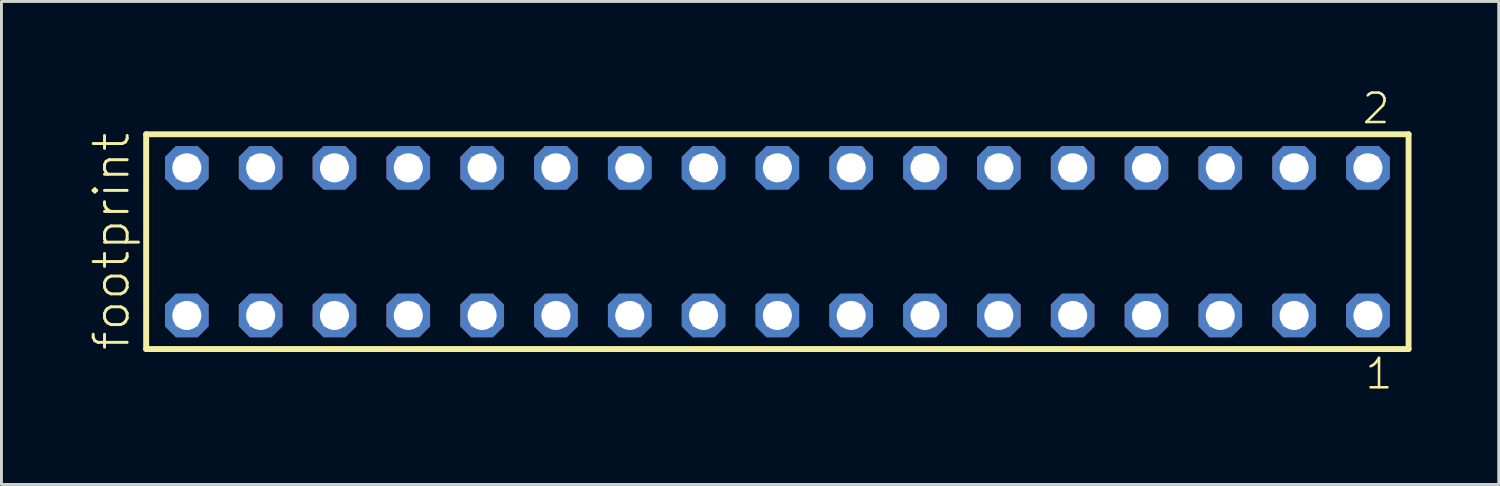
<source format=kicad_pcb>
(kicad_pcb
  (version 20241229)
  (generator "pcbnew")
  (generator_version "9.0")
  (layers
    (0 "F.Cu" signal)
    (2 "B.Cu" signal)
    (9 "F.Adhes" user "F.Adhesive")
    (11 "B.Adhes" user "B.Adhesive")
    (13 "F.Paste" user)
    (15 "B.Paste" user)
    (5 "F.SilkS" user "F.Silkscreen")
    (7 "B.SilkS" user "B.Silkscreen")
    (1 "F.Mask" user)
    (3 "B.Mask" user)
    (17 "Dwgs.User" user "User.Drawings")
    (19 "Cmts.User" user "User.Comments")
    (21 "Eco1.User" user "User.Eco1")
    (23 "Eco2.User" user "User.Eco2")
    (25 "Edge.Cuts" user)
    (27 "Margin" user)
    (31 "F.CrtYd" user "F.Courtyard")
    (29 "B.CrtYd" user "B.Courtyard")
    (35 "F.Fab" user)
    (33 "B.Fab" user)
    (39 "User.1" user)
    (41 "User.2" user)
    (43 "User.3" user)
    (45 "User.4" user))
  (footprint "footprint"
    (layer "F.Cu")
    (at 23.698 5.265)
    (property "Reference" "footprint" (at -22.225 3.81 90) (layer "F.SilkS") (effects (font (size 1.168 1.168) (thickness 0.102)) (justify left bottom)))
    (fp_line (start -21.719 -3.695) (end 21.719 -3.695) (stroke (width 0.203) (type solid)) (layer "F.SilkS"))
    (fp_line (start -21.719 3.695) (end -21.719 -3.695) (stroke (width 0.203) (type solid)) (layer "F.SilkS"))
    (fp_line (start 21.719 -3.695) (end 21.719 3.695) (stroke (width 0.203) (type solid)) (layer "F.SilkS"))
    (fp_line (start 21.719 3.695) (end -21.719 3.695) (stroke (width 0.203) (type solid)) (layer "F.SilkS"))
    (fp_poly (pts (xy -20.67 -2.19) (xy -19.97 -2.19) (xy -19.97 -2.89) (xy -20.67 -2.89)) (stroke (width 0.1) (type solid)) (fill no) (layer "F.Fab"))
    (fp_poly (pts (xy -20.67 2.89) (xy -19.97 2.89) (xy -19.97 2.19) (xy -20.67 2.19)) (stroke (width 0.1) (type solid)) (fill no) (layer "F.Fab"))
    (fp_poly (pts (xy -18.13 -2.19) (xy -17.43 -2.19) (xy -17.43 -2.89) (xy -18.13 -2.89)) (stroke (width 0.1) (type solid)) (fill no) (layer "F.Fab"))
    (fp_poly (pts (xy -18.13 2.89) (xy -17.43 2.89) (xy -17.43 2.19) (xy -18.13 2.19)) (stroke (width 0.1) (type solid)) (fill no) (layer "F.Fab"))
    (fp_poly (pts (xy -15.59 -2.19) (xy -14.89 -2.19) (xy -14.89 -2.89) (xy -15.59 -2.89)) (stroke (width 0.1) (type solid)) (fill no) (layer "F.Fab"))
    (fp_poly (pts (xy -15.59 2.89) (xy -14.89 2.89) (xy -14.89 2.19) (xy -15.59 2.19)) (stroke (width 0.1) (type solid)) (fill no) (layer "F.Fab"))
    (fp_poly (pts (xy -13.05 -2.19) (xy -12.35 -2.19) (xy -12.35 -2.89) (xy -13.05 -2.89)) (stroke (width 0.1) (type solid)) (fill no) (layer "F.Fab"))
    (fp_poly (pts (xy -13.05 2.89) (xy -12.35 2.89) (xy -12.35 2.19) (xy -13.05 2.19)) (stroke (width 0.1) (type solid)) (fill no) (layer "F.Fab"))
    (fp_poly (pts (xy -10.51 -2.19) (xy -9.81 -2.19) (xy -9.81 -2.89) (xy -10.51 -2.89)) (stroke (width 0.1) (type solid)) (fill no) (layer "F.Fab"))
    (fp_poly (pts (xy -10.51 2.89) (xy -9.81 2.89) (xy -9.81 2.19) (xy -10.51 2.19)) (stroke (width 0.1) (type solid)) (fill no) (layer "F.Fab"))
    (fp_poly (pts (xy -7.97 -2.19) (xy -7.27 -2.19) (xy -7.27 -2.89) (xy -7.97 -2.89)) (stroke (width 0.1) (type solid)) (fill no) (layer "F.Fab"))
    (fp_poly (pts (xy -7.97 2.89) (xy -7.27 2.89) (xy -7.27 2.19) (xy -7.97 2.19)) (stroke (width 0.1) (type solid)) (fill no) (layer "F.Fab"))
    (fp_poly (pts (xy -5.43 -2.19) (xy -4.73 -2.19) (xy -4.73 -2.89) (xy -5.43 -2.89)) (stroke (width 0.1) (type solid)) (fill no) (layer "F.Fab"))
    (fp_poly (pts (xy -5.43 2.89) (xy -4.73 2.89) (xy -4.73 2.19) (xy -5.43 2.19)) (stroke (width 0.1) (type solid)) (fill no) (layer "F.Fab"))
    (fp_poly (pts (xy -2.89 -2.19) (xy -2.19 -2.19) (xy -2.19 -2.89) (xy -2.89 -2.89)) (stroke (width 0.1) (type solid)) (fill no) (layer "F.Fab"))
    (fp_poly (pts (xy -2.89 2.89) (xy -2.19 2.89) (xy -2.19 2.19) (xy -2.89 2.19)) (stroke (width 0.1) (type solid)) (fill no) (layer "F.Fab"))
    (fp_poly (pts (xy -0.35 -2.19) (xy 0.35 -2.19) (xy 0.35 -2.89) (xy -0.35 -2.89)) (stroke (width 0.1) (type solid)) (fill no) (layer "F.Fab"))
    (fp_poly (pts (xy -0.35 2.89) (xy 0.35 2.89) (xy 0.35 2.19) (xy -0.35 2.19)) (stroke (width 0.1) (type solid)) (fill no) (layer "F.Fab"))
    (fp_poly (pts (xy 2.19 -2.19) (xy 2.89 -2.19) (xy 2.89 -2.89) (xy 2.19 -2.89)) (stroke (width 0.1) (type solid)) (fill no) (layer "F.Fab"))
    (fp_poly (pts (xy 2.19 2.89) (xy 2.89 2.89) (xy 2.89 2.19) (xy 2.19 2.19)) (stroke (width 0.1) (type solid)) (fill no) (layer "F.Fab"))
    (fp_poly (pts (xy 4.73 -2.19) (xy 5.43 -2.19) (xy 5.43 -2.89) (xy 4.73 -2.89)) (stroke (width 0.1) (type solid)) (fill no) (layer "F.Fab"))
    (fp_poly (pts (xy 4.73 2.89) (xy 5.43 2.89) (xy 5.43 2.19) (xy 4.73 2.19)) (stroke (width 0.1) (type solid)) (fill no) (layer "F.Fab"))
    (fp_poly (pts (xy 7.27 -2.19) (xy 7.97 -2.19) (xy 7.97 -2.89) (xy 7.27 -2.89)) (stroke (width 0.1) (type solid)) (fill no) (layer "F.Fab"))
    (fp_poly (pts (xy 7.27 2.89) (xy 7.97 2.89) (xy 7.97 2.19) (xy 7.27 2.19)) (stroke (width 0.1) (type solid)) (fill no) (layer "F.Fab"))
    (fp_poly (pts (xy 9.81 -2.19) (xy 10.51 -2.19) (xy 10.51 -2.89) (xy 9.81 -2.89)) (stroke (width 0.1) (type solid)) (fill no) (layer "F.Fab"))
    (fp_poly (pts (xy 9.81 2.89) (xy 10.51 2.89) (xy 10.51 2.19) (xy 9.81 2.19)) (stroke (width 0.1) (type solid)) (fill no) (layer "F.Fab"))
    (fp_poly (pts (xy 12.35 -2.19) (xy 13.05 -2.19) (xy 13.05 -2.89) (xy 12.35 -2.89)) (stroke (width 0.1) (type solid)) (fill no) (layer "F.Fab"))
    (fp_poly (pts (xy 12.35 2.89) (xy 13.05 2.89) (xy 13.05 2.19) (xy 12.35 2.19)) (stroke (width 0.1) (type solid)) (fill no) (layer "F.Fab"))
    (fp_poly (pts (xy 14.89 -2.19) (xy 15.59 -2.19) (xy 15.59 -2.89) (xy 14.89 -2.89)) (stroke (width 0.1) (type solid)) (fill no) (layer "F.Fab"))
    (fp_poly (pts (xy 14.89 2.89) (xy 15.59 2.89) (xy 15.59 2.19) (xy 14.89 2.19)) (stroke (width 0.1) (type solid)) (fill no) (layer "F.Fab"))
    (fp_poly (pts (xy 17.43 -2.19) (xy 18.13 -2.19) (xy 18.13 -2.89) (xy 17.43 -2.89)) (stroke (width 0.1) (type solid)) (fill no) (layer "F.Fab"))
    (fp_poly (pts (xy 17.43 2.89) (xy 18.13 2.89) (xy 18.13 2.19) (xy 17.43 2.19)) (stroke (width 0.1) (type solid)) (fill no) (layer "F.Fab"))
    (fp_poly (pts (xy 19.97 -2.19) (xy 20.67 -2.19) (xy 20.67 -2.89) (xy 19.97 -2.89)) (stroke (width 0.1) (type solid)) (fill no) (layer "F.Fab"))
    (fp_poly (pts (xy 19.97 2.89) (xy 20.67 2.89) (xy 20.67 2.19) (xy 19.97 2.19)) (stroke (width 0.1) (type solid)) (fill no) (layer "F.Fab"))
    (fp_text user "1" (at 20.162 5.138 0) (layer "F.SilkS") (effects (font (size 1.012 1.012) (thickness 0.088)) (justify left bottom)))
    (fp_text user "2" (at 20.062 -3.989 0) (layer "F.SilkS") (effects (font (size 1.012 1.012) (thickness 0.088)) (justify left bottom)))
    (pad "1" thru_hole roundrect (at 20.32 2.54 180) (size 1.5 1.5) (drill 1) (layers "*.Cu" "*.Mask") (roundrect_rratio 0.25) (chamfer_ratio 0.25) (chamfer top_left top_right bottom_left bottom_right))
    (pad "2" thru_hole roundrect (at 20.32 -2.54 180) (size 1.5 1.5) (drill 1) (layers "*.Cu" "*.Mask") (roundrect_rratio 0.25) (chamfer_ratio 0.25) (chamfer top_left top_right bottom_left bottom_right))
    (pad "3" thru_hole roundrect (at 17.78 2.54 180) (size 1.5 1.5) (drill 1) (layers "*.Cu" "*.Mask") (roundrect_rratio 0.25) (chamfer_ratio 0.25) (chamfer top_left top_right bottom_left bottom_right))
    (pad "4" thru_hole roundrect (at 17.78 -2.54 180) (size 1.5 1.5) (drill 1) (layers "*.Cu" "*.Mask") (roundrect_rratio 0.25) (chamfer_ratio 0.25) (chamfer top_left top_right bottom_left bottom_right))
    (pad "5" thru_hole roundrect (at 15.24 2.54 180) (size 1.5 1.5) (drill 1) (layers "*.Cu" "*.Mask") (roundrect_rratio 0.25) (chamfer_ratio 0.25) (chamfer top_left top_right bottom_left bottom_right))
    (pad "6" thru_hole roundrect (at 15.24 -2.54 180) (size 1.5 1.5) (drill 1) (layers "*.Cu" "*.Mask") (roundrect_rratio 0.25) (chamfer_ratio 0.25) (chamfer top_left top_right bottom_left bottom_right))
    (pad "7" thru_hole roundrect (at 12.7 2.54 180) (size 1.5 1.5) (drill 1) (layers "*.Cu" "*.Mask") (roundrect_rratio 0.25) (chamfer_ratio 0.25) (chamfer top_left top_right bottom_left bottom_right))
    (pad "8" thru_hole roundrect (at 12.7 -2.54 180) (size 1.5 1.5) (drill 1) (layers "*.Cu" "*.Mask") (roundrect_rratio 0.25) (chamfer_ratio 0.25) (chamfer top_left top_right bottom_left bottom_right))
    (pad "9" thru_hole roundrect (at 10.16 2.54 180) (size 1.5 1.5) (drill 1) (layers "*.Cu" "*.Mask") (roundrect_rratio 0.25) (chamfer_ratio 0.25) (chamfer top_left top_right bottom_left bottom_right))
    (pad "10" thru_hole roundrect (at 10.16 -2.54 180) (size 1.5 1.5) (drill 1) (layers "*.Cu" "*.Mask") (roundrect_rratio 0.25) (chamfer_ratio 0.25) (chamfer top_left top_right bottom_left bottom_right))
    (pad "11" thru_hole roundrect (at 7.62 2.54 180) (size 1.5 1.5) (drill 1) (layers "*.Cu" "*.Mask") (roundrect_rratio 0.25) (chamfer_ratio 0.25) (chamfer top_left top_right bottom_left bottom_right))
    (pad "12" thru_hole roundrect (at 7.62 -2.54 180) (size 1.5 1.5) (drill 1) (layers "*.Cu" "*.Mask") (roundrect_rratio 0.25) (chamfer_ratio 0.25) (chamfer top_left top_right bottom_left bottom_right))
    (pad "13" thru_hole roundrect (at 5.08 2.54 180) (size 1.5 1.5) (drill 1) (layers "*.Cu" "*.Mask") (roundrect_rratio 0.25) (chamfer_ratio 0.25) (chamfer top_left top_right bottom_left bottom_right))
    (pad "14" thru_hole roundrect (at 5.08 -2.54 180) (size 1.5 1.5) (drill 1) (layers "*.Cu" "*.Mask") (roundrect_rratio 0.25) (chamfer_ratio 0.25) (chamfer top_left top_right bottom_left bottom_right))
    (pad "15" thru_hole roundrect (at 2.54 2.54 180) (size 1.5 1.5) (drill 1) (layers "*.Cu" "*.Mask") (roundrect_rratio 0.25) (chamfer_ratio 0.25) (chamfer top_left top_right bottom_left bottom_right))
    (pad "16" thru_hole roundrect (at 2.54 -2.54 180) (size 1.5 1.5) (drill 1) (layers "*.Cu" "*.Mask") (roundrect_rratio 0.25) (chamfer_ratio 0.25) (chamfer top_left top_right bottom_left bottom_right))
    (pad "17" thru_hole roundrect (at 0 2.54 180) (size 1.5 1.5) (drill 1) (layers "*.Cu" "*.Mask") (roundrect_rratio 0.25) (chamfer_ratio 0.25) (chamfer top_left top_right bottom_left bottom_right))
    (pad "18" thru_hole roundrect (at 0 -2.54 180) (size 1.5 1.5) (drill 1) (layers "*.Cu" "*.Mask") (roundrect_rratio 0.25) (chamfer_ratio 0.25) (chamfer top_left top_right bottom_left bottom_right))
    (pad "19" thru_hole roundrect (at -2.54 2.54 180) (size 1.5 1.5) (drill 1) (layers "*.Cu" "*.Mask") (roundrect_rratio 0.25) (chamfer_ratio 0.25) (chamfer top_left top_right bottom_left bottom_right))
    (pad "20" thru_hole roundrect (at -2.54 -2.54 180) (size 1.5 1.5) (drill 1) (layers "*.Cu" "*.Mask") (roundrect_rratio 0.25) (chamfer_ratio 0.25) (chamfer top_left top_right bottom_left bottom_right))
    (pad "21" thru_hole roundrect (at -5.08 2.54 180) (size 1.5 1.5) (drill 1) (layers "*.Cu" "*.Mask") (roundrect_rratio 0.25) (chamfer_ratio 0.25) (chamfer top_left top_right bottom_left bottom_right))
    (pad "22" thru_hole roundrect (at -5.08 -2.54 180) (size 1.5 1.5) (drill 1) (layers "*.Cu" "*.Mask") (roundrect_rratio 0.25) (chamfer_ratio 0.25) (chamfer top_left top_right bottom_left bottom_right))
    (pad "23" thru_hole roundrect (at -7.62 2.54 180) (size 1.5 1.5) (drill 1) (layers "*.Cu" "*.Mask") (roundrect_rratio 0.25) (chamfer_ratio 0.25) (chamfer top_left top_right bottom_left bottom_right))
    (pad "24" thru_hole roundrect (at -7.62 -2.54 180) (size 1.5 1.5) (drill 1) (layers "*.Cu" "*.Mask") (roundrect_rratio 0.25) (chamfer_ratio 0.25) (chamfer top_left top_right bottom_left bottom_right))
    (pad "25" thru_hole roundrect (at -10.16 2.54 180) (size 1.5 1.5) (drill 1) (layers "*.Cu" "*.Mask") (roundrect_rratio 0.25) (chamfer_ratio 0.25) (chamfer top_left top_right bottom_left bottom_right))
    (pad "26" thru_hole roundrect (at -10.16 -2.54 180) (size 1.5 1.5) (drill 1) (layers "*.Cu" "*.Mask") (roundrect_rratio 0.25) (chamfer_ratio 0.25) (chamfer top_left top_right bottom_left bottom_right))
    (pad "27" thru_hole roundrect (at -12.7 2.54 180) (size 1.5 1.5) (drill 1) (layers "*.Cu" "*.Mask") (roundrect_rratio 0.25) (chamfer_ratio 0.25) (chamfer top_left top_right bottom_left bottom_right))
    (pad "28" thru_hole roundrect (at -12.7 -2.54 180) (size 1.5 1.5) (drill 1) (layers "*.Cu" "*.Mask") (roundrect_rratio 0.25) (chamfer_ratio 0.25) (chamfer top_left top_right bottom_left bottom_right))
    (pad "29" thru_hole roundrect (at -15.24 2.54 180) (size 1.5 1.5) (drill 1) (layers "*.Cu" "*.Mask") (roundrect_rratio 0.25) (chamfer_ratio 0.25) (chamfer top_left top_right bottom_left bottom_right))
    (pad "30" thru_hole roundrect (at -15.24 -2.54 180) (size 1.5 1.5) (drill 1) (layers "*.Cu" "*.Mask") (roundrect_rratio 0.25) (chamfer_ratio 0.25) (chamfer top_left top_right bottom_left bottom_right))
    (pad "31" thru_hole roundrect (at -17.78 2.54 180) (size 1.5 1.5) (drill 1) (layers "*.Cu" "*.Mask") (roundrect_rratio 0.25) (chamfer_ratio 0.25) (chamfer top_left top_right bottom_left bottom_right))
    (pad "32" thru_hole roundrect (at -17.78 -2.54 180) (size 1.5 1.5) (drill 1) (layers "*.Cu" "*.Mask") (roundrect_rratio 0.25) (chamfer_ratio 0.25) (chamfer top_left top_right bottom_left bottom_right))
    (pad "33" thru_hole roundrect (at -20.32 2.54 180) (size 1.5 1.5) (drill 1) (layers "*.Cu" "*.Mask") (roundrect_rratio 0.25) (chamfer_ratio 0.25) (chamfer top_left top_right bottom_left bottom_right))
    (pad "34" thru_hole roundrect (at -20.32 -2.54 180) (size 1.5 1.5) (drill 1) (layers "*.Cu" "*.Mask") (roundrect_rratio 0.25) (chamfer_ratio 0.25) (chamfer top_left top_right bottom_left bottom_right)))
  (gr_rect
    (start -3 -3)
    (end 48.519 13.62)
    (stroke (width 0.1) (type default))
    (fill no)
    (layer "Edge.Cuts")))
</source>
